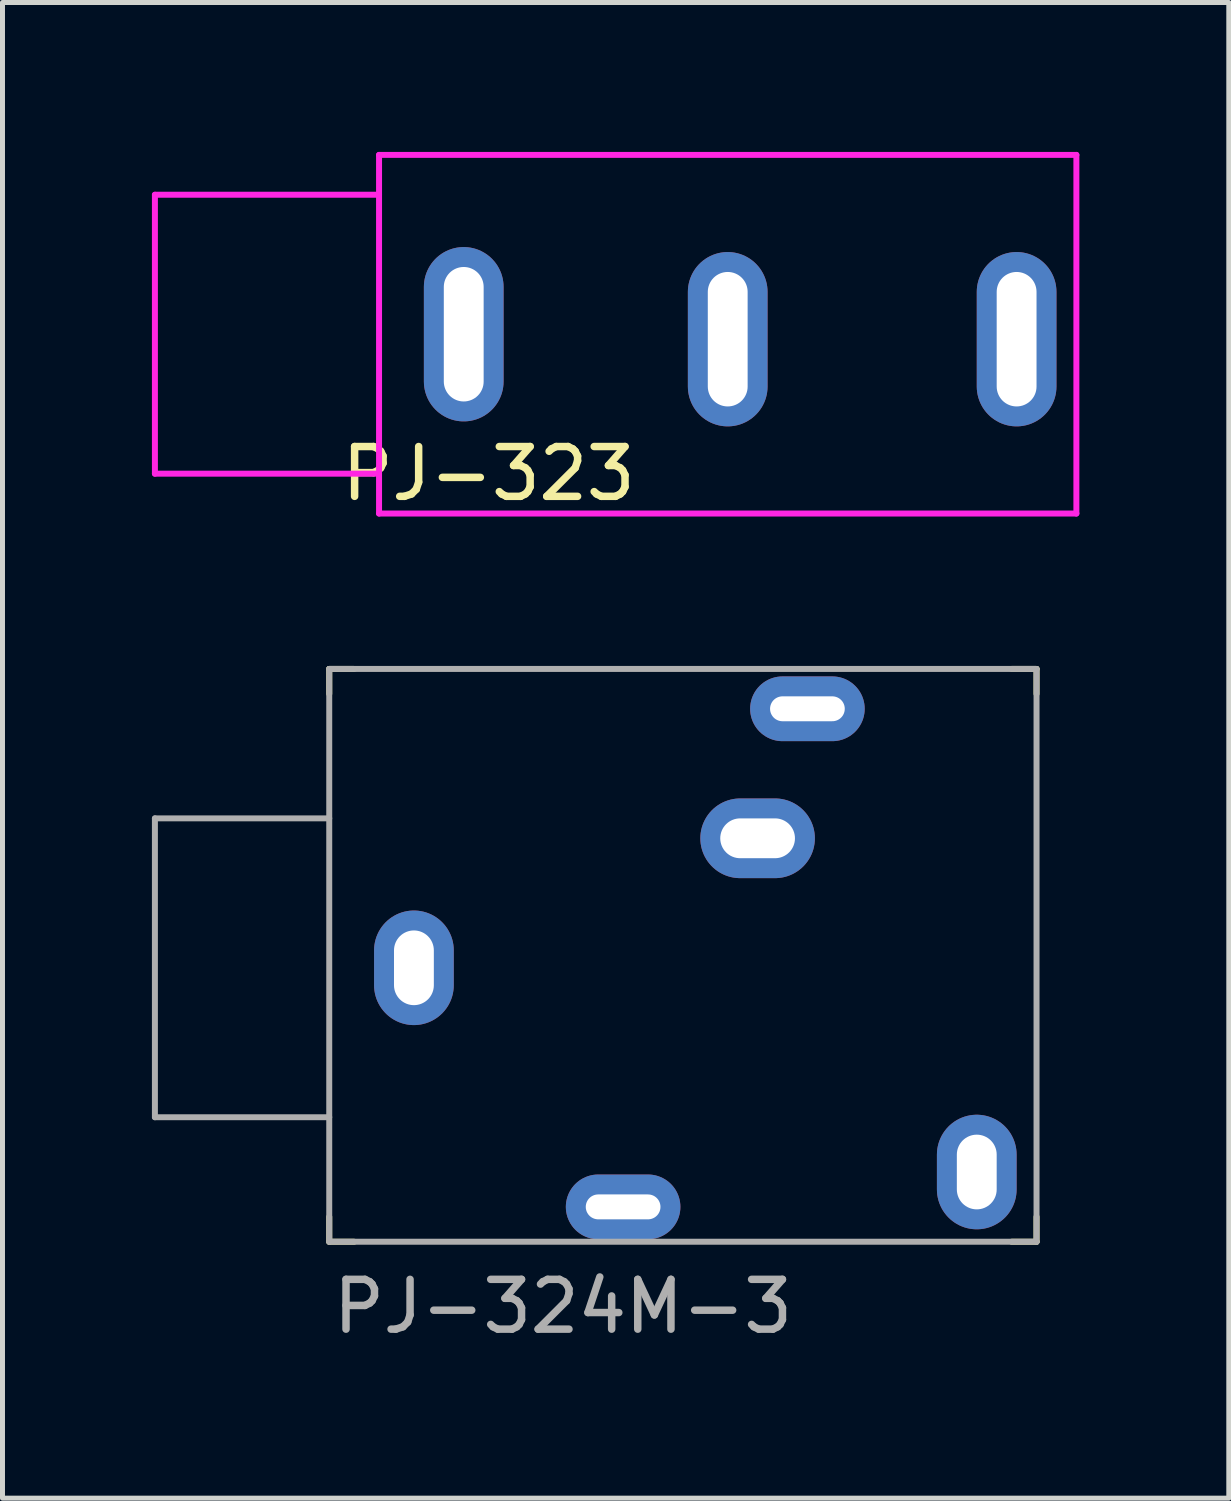
<source format=kicad_pcb>
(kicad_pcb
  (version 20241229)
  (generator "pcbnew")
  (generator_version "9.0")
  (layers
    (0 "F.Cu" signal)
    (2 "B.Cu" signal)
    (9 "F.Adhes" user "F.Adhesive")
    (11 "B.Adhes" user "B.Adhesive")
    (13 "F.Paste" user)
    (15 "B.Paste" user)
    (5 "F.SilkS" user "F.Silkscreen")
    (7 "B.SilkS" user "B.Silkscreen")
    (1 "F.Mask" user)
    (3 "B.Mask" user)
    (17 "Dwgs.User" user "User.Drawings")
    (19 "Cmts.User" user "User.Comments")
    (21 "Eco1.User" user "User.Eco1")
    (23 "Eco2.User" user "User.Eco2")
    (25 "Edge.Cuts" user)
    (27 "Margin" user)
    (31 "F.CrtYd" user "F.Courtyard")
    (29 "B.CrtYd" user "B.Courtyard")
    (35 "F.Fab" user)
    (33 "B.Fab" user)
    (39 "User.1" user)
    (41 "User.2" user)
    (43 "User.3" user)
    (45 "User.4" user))
  (footprint "PJ-324M-3"
    (layer "F.Cu")
    (at 3.56 16.38)
    (property "Reference" "PJ-324M-3" (at 0 6.8 0) (layer "F.Fab") (effects (font (size 1 1) (thickness 0.15)) (justify left)))
    (attr through_hole)
    (fp_line (start 0 -6) (end 0 -5.5) (stroke (width 0.12) (type solid)) (layer "F.SilkS"))
    (fp_line (start 0 -6) (end 0.5 -6) (stroke (width 0.12) (type solid)) (layer "F.SilkS"))
    (fp_line (start 0 5.5) (end 0 5) (stroke (width 0.12) (type solid)) (layer "F.SilkS"))
    (fp_line (start 0 5.5) (end 0.5 5.5) (stroke (width 0.12) (type solid)) (layer "F.SilkS"))
    (fp_line (start 14.2 -6) (end 13.7 -6) (stroke (width 0.12) (type solid)) (layer "F.SilkS"))
    (fp_line (start 14.2 -6) (end 14.2 -5.5) (stroke (width 0.12) (type solid)) (layer "F.SilkS"))
    (fp_line (start 14.2 5.5) (end 13.7 5.5) (stroke (width 0.12) (type solid)) (layer "F.SilkS"))
    (fp_line (start 14.2 5.5) (end 14.2 5) (stroke (width 0.12) (type solid)) (layer "F.SilkS"))
    (fp_line (start -3.5 -3) (end -3.5 3) (stroke (width 0.12) (type solid)) (layer "F.Fab"))
    (fp_line (start -3.5 3) (end 0 3) (stroke (width 0.12) (type solid)) (layer "F.Fab"))
    (fp_line (start 0 -6) (end 0 5.5) (stroke (width 0.12) (type solid)) (layer "F.Fab"))
    (fp_line (start 0 -6) (end 14.2 -6) (stroke (width 0.12) (type solid)) (layer "F.Fab"))
    (fp_line (start 0 -3) (end -3.5 -3) (stroke (width 0.12) (type solid)) (layer "F.Fab"))
    (fp_line (start 0 5.5) (end 14.2 5.5) (stroke (width 0.12) (type solid)) (layer "F.Fab"))
    (fp_line (start 14.2 -6) (end 14.2 5.5) (stroke (width 0.12) (type solid)) (layer "F.Fab"))
    (pad "" thru_hole oval (at 8.6 -2.6 90) (size 1.6 2.3) (drill oval 0.8 1.5) (layers "*.Cu" "*.Mask"))
    (pad "" thru_hole oval (at 9.6 -5.2 90) (size 1.3 2.3) (drill oval 0.5 1.5) (layers "*.Cu" "*.Mask"))
    (pad "S" thru_hole oval (at 1.7 0) (size 1.6 2.3) (drill oval 0.8 1.5) (layers "*.Cu" "*.Mask"))
    (pad "T" thru_hole oval (at 5.9 4.8 90) (size 1.3 2.3) (drill oval 0.5 1.5) (layers "*.Cu" "*.Mask"))
    (pad "TN" thru_hole oval (at 13 4.1) (size 1.6 2.3) (drill oval 0.8 1.5) (layers "*.Cu" "*.Mask")))
  (footprint "PJ-323"
    (layer "F.Cu")
    (at 4.56 3.66)
    (property "Reference" "PJ-323" (at 2.2 2.8 0) (layer "F.SilkS") (effects (font (size 1 1) (thickness 0.15))))
    (attr through_hole)
    (fp_line (start -4.5 -2.8) (end -4.5 2.8) (stroke (width 0.12) (type solid)) (layer "F.CrtYd"))
    (fp_line (start -4.5 2.8) (end 0 2.8) (stroke (width 0.12) (type solid)) (layer "F.CrtYd"))
    (fp_line (start 0 -3.6) (end 14 -3.6) (stroke (width 0.12) (type solid)) (layer "F.CrtYd"))
    (fp_line (start 0 -2.8) (end -4.5 -2.8) (stroke (width 0.12) (type solid)) (layer "F.CrtYd"))
    (fp_line (start 0 3.6) (end 0 -3.6) (stroke (width 0.12) (type solid)) (layer "F.CrtYd"))
    (fp_line (start 14 -3.6) (end 14 3.6) (stroke (width 0.12) (type solid)) (layer "F.CrtYd"))
    (fp_line (start 14 3.6) (end 0 3.6) (stroke (width 0.12) (type solid)) (layer "F.CrtYd"))
    (pad "S" thru_hole oval (at 1.7 0) (size 1.6 3.5) (drill oval 0.8 2.7) (layers "*.Cu" "*.Mask"))
    (pad "T" thru_hole oval (at 7 0.1) (size 1.6 3.5) (drill oval 0.8 2.7) (layers "*.Cu" "*.Mask"))
    (pad "TN" thru_hole oval (at 12.8 0.1) (size 1.6 3.5) (drill oval 0.8 2.7) (layers "*.Cu" "*.Mask")))
  (gr_rect
    (start -3 -3)
    (end 21.62 27.028)
    (stroke (width 0.1) (type default))
    (fill no)
    (layer "Edge.Cuts")))
</source>
